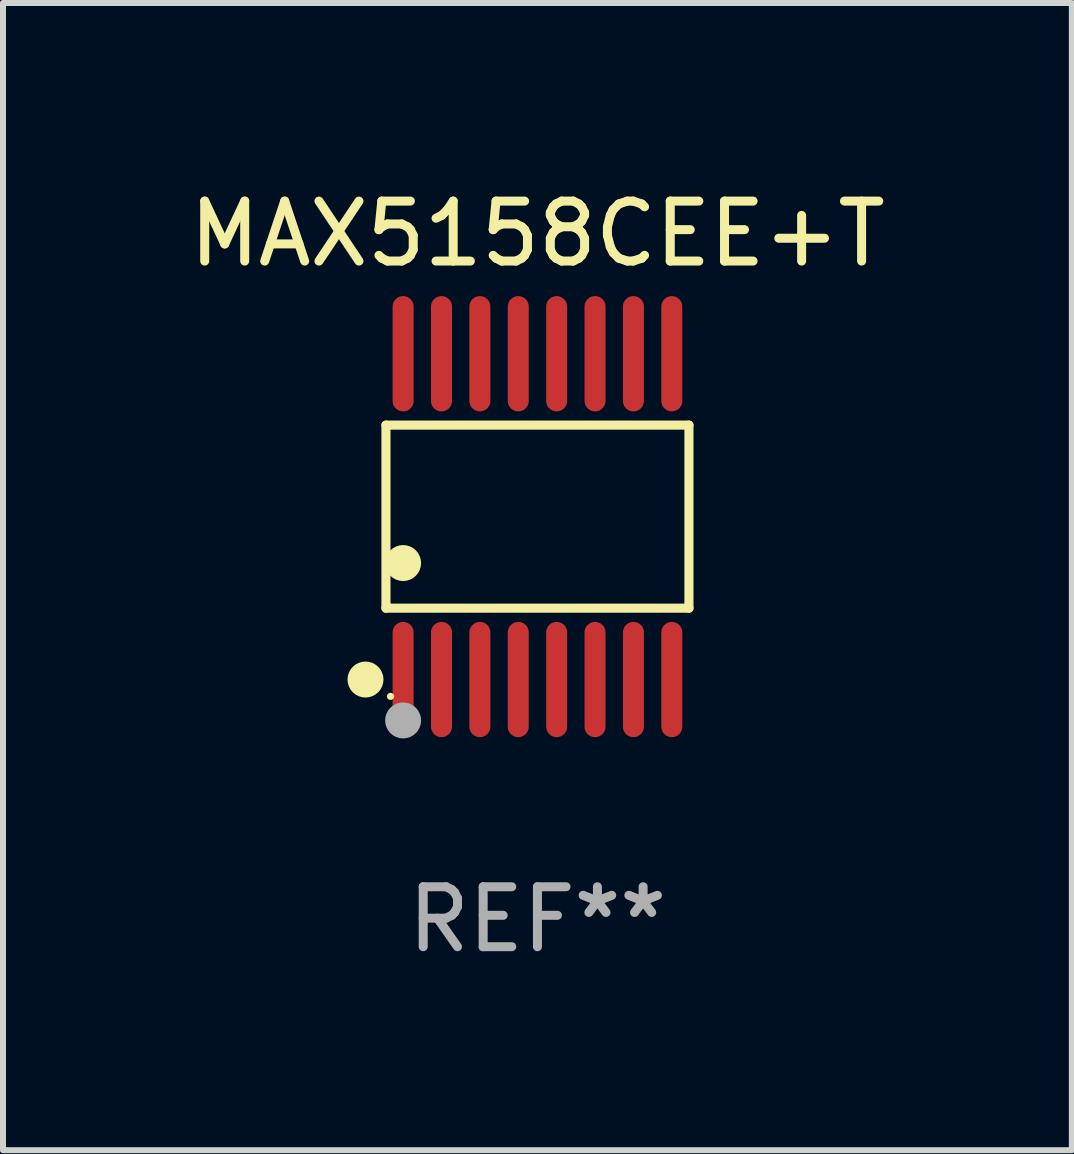
<source format=kicad_pcb>
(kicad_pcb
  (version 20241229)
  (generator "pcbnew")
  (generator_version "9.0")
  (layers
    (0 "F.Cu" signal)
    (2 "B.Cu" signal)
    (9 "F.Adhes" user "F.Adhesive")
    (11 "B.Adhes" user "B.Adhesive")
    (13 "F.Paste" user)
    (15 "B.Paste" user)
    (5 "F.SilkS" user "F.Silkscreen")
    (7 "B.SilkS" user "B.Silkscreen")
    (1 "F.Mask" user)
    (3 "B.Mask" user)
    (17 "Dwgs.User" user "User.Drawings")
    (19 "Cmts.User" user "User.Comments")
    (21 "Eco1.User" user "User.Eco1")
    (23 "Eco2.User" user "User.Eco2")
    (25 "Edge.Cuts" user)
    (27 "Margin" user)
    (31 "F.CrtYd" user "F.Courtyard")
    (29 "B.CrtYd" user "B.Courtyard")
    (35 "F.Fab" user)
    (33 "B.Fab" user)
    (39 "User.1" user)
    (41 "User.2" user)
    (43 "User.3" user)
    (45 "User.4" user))
  (footprint "MAX5158CEE+T"
    (layer "F.Cu")
    (at 5.911 5.564)
    (property "Reference" "MAX5158CEE+T" (at 0 -4.716 0) (layer "F.SilkS") (effects (font (size 1 1) (thickness 0.15))))
    (attr through_hole)
    (fp_line (start -2.526 -1.526) (end 2.526 -1.526) (stroke (width 0.152) (type solid)) (layer "F.SilkS"))
    (fp_line (start -2.526 1.526) (end -2.526 -1.526) (stroke (width 0.152) (type solid)) (layer "F.SilkS"))
    (fp_line (start 2.526 -1.526) (end 2.526 1.526) (stroke (width 0.152) (type solid)) (layer "F.SilkS"))
    (fp_line (start 2.526 1.526) (end -2.526 1.526) (stroke (width 0.152) (type solid)) (layer "F.SilkS"))
    (fp_circle (center -2.867 2.716) (end -2.717 2.716) (stroke (width 0.3) (type solid)) (fill no) (layer "F.SilkS"))
    (fp_circle (center -2.45 2.997) (end -2.42 2.997) (stroke (width 0.06) (type solid)) (fill no) (layer "F.SilkS"))
    (fp_circle (center -2.24 0.774) (end -2.09 0.774) (stroke (width 0.3) (type solid)) (fill no) (layer "F.SilkS"))
    (fp_circle (center -2.24 3.398) (end -2.09 3.398) (stroke (width 0.3) (type solid)) (fill no) (layer "F.Fab"))
    (fp_text user "REF**" (at 0 6.716 0) (layer "F.Fab") (effects (font (size 1 1) (thickness 0.15))))
    (pad "1" smd oval (at -2.24 2.716) (size 0.35 1.922) (layers "F.Cu" "F.Mask" "F.Paste"))
    (pad "2" smd oval (at -1.6 2.716) (size 0.35 1.922) (layers "F.Cu" "F.Mask" "F.Paste"))
    (pad "3" smd oval (at -0.96 2.716) (size 0.35 1.922) (layers "F.Cu" "F.Mask" "F.Paste"))
    (pad "4" smd oval (at -0.32 2.716) (size 0.35 1.922) (layers "F.Cu" "F.Mask" "F.Paste"))
    (pad "5" smd oval (at 0.32 2.716) (size 0.35 1.922) (layers "F.Cu" "F.Mask" "F.Paste"))
    (pad "6" smd oval (at 0.96 2.716) (size 0.35 1.922) (layers "F.Cu" "F.Mask" "F.Paste"))
    (pad "7" smd oval (at 1.6 2.716) (size 0.35 1.922) (layers "F.Cu" "F.Mask" "F.Paste"))
    (pad "8" smd oval (at 2.24 2.716) (size 0.35 1.922) (layers "F.Cu" "F.Mask" "F.Paste"))
    (pad "9" smd oval (at 2.24 -2.716) (size 0.35 1.922) (layers "F.Cu" "F.Mask" "F.Paste"))
    (pad "10" smd oval (at 1.6 -2.716) (size 0.35 1.922) (layers "F.Cu" "F.Mask" "F.Paste"))
    (pad "11" smd oval (at 0.96 -2.716) (size 0.35 1.922) (layers "F.Cu" "F.Mask" "F.Paste"))
    (pad "12" smd oval (at 0.32 -2.716) (size 0.35 1.922) (layers "F.Cu" "F.Mask" "F.Paste"))
    (pad "13" smd oval (at -0.32 -2.716) (size 0.35 1.922) (layers "F.Cu" "F.Mask" "F.Paste"))
    (pad "14" smd oval (at -0.96 -2.716) (size 0.35 1.922) (layers "F.Cu" "F.Mask" "F.Paste"))
    (pad "15" smd oval (at -1.6 -2.716) (size 0.35 1.922) (layers "F.Cu" "F.Mask" "F.Paste"))
    (pad "16" smd oval (at -2.24 -2.716) (size 0.35 1.922) (layers "F.Cu" "F.Mask" "F.Paste")))
  (gr_rect
    (start -3 -3)
    (end 14.821 16.128)
    (stroke (width 0.1) (type default))
    (fill no)
    (layer "Edge.Cuts")))
</source>
